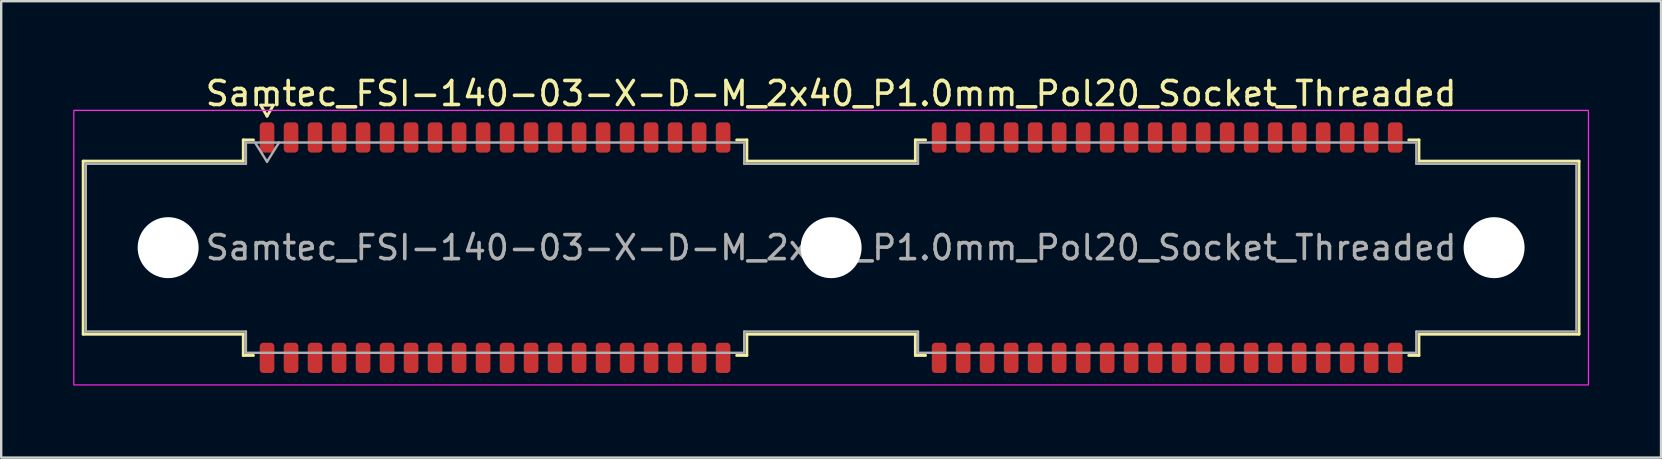
<source format=kicad_pcb>
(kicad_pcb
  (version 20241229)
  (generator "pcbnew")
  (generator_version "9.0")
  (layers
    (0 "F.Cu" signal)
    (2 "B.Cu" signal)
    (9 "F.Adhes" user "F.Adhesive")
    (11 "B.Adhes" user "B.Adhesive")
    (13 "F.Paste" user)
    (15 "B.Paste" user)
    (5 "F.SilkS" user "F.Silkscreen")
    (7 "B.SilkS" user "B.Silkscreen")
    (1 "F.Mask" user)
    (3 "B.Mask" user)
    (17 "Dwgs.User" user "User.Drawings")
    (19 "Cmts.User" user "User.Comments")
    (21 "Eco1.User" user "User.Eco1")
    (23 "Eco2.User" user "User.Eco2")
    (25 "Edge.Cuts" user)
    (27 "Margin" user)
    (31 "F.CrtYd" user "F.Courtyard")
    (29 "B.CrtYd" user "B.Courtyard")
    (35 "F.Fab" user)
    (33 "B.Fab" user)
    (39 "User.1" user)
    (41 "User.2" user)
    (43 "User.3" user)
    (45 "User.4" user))
  (footprint "Samtec_FSI-140-03-X-D-M_2x40_P1.0mm_Pol20_Socket_Threaded"
    (layer "F.Cu")
    (at 31.575 7.268)
    (property "Reference" "Samtec_FSI-140-03-X-D-M_2x40_P1.0mm_Pol20_Socket_Threaded" (at 0 -6.42 0) (layer "F.SilkS") (effects (font (size 1 1) (thickness 0.15))))
    (attr smd)
    (fp_line (start -31.16 -3.605) (end -24.49 -3.605) (stroke (width 0.12) (type solid)) (layer "F.SilkS"))
    (fp_line (start -31.16 3.605) (end -31.16 -3.605) (stroke (width 0.12) (type solid)) (layer "F.SilkS"))
    (fp_line (start -24.49 -4.49) (end -24.065 -4.49) (stroke (width 0.12) (type solid)) (layer "F.SilkS"))
    (fp_line (start -24.49 -3.605) (end -24.49 -4.49) (stroke (width 0.12) (type solid)) (layer "F.SilkS"))
    (fp_line (start -24.49 3.605) (end -31.16 3.605) (stroke (width 0.12) (type solid)) (layer "F.SilkS"))
    (fp_line (start -24.49 4.49) (end -24.49 3.605) (stroke (width 0.12) (type solid)) (layer "F.SilkS"))
    (fp_line (start -24.065 4.49) (end -24.49 4.49) (stroke (width 0.12) (type solid)) (layer "F.SilkS"))
    (fp_line (start -23.764 -5.938) (end -23.5 -5.48) (stroke (width 0.12) (type solid)) (layer "F.SilkS"))
    (fp_line (start -23.5 -5.48) (end -23.236 -5.938) (stroke (width 0.12) (type solid)) (layer "F.SilkS"))
    (fp_line (start -23.236 -5.938) (end -23.764 -5.938) (stroke (width 0.12) (type solid)) (layer "F.SilkS"))
    (fp_line (start -3.935 -4.49) (end -3.51 -4.49) (stroke (width 0.12) (type solid)) (layer "F.SilkS"))
    (fp_line (start -3.51 -4.49) (end -3.51 -3.605) (stroke (width 0.12) (type solid)) (layer "F.SilkS"))
    (fp_line (start -3.51 -3.605) (end 3.51 -3.605) (stroke (width 0.12) (type solid)) (layer "F.SilkS"))
    (fp_line (start -3.51 3.605) (end -3.51 4.49) (stroke (width 0.12) (type solid)) (layer "F.SilkS"))
    (fp_line (start -3.51 4.49) (end -3.935 4.49) (stroke (width 0.12) (type solid)) (layer "F.SilkS"))
    (fp_line (start 3.51 -4.49) (end 3.935 -4.49) (stroke (width 0.12) (type solid)) (layer "F.SilkS"))
    (fp_line (start 3.51 -3.605) (end 3.51 -4.49) (stroke (width 0.12) (type solid)) (layer "F.SilkS"))
    (fp_line (start 3.51 3.605) (end -3.51 3.605) (stroke (width 0.12) (type solid)) (layer "F.SilkS"))
    (fp_line (start 3.51 4.49) (end 3.51 3.605) (stroke (width 0.12) (type solid)) (layer "F.SilkS"))
    (fp_line (start 3.935 4.49) (end 3.51 4.49) (stroke (width 0.12) (type solid)) (layer "F.SilkS"))
    (fp_line (start 24.065 -4.49) (end 24.49 -4.49) (stroke (width 0.12) (type solid)) (layer "F.SilkS"))
    (fp_line (start 24.49 -4.49) (end 24.49 -3.605) (stroke (width 0.12) (type solid)) (layer "F.SilkS"))
    (fp_line (start 24.49 -3.605) (end 31.16 -3.605) (stroke (width 0.12) (type solid)) (layer "F.SilkS"))
    (fp_line (start 24.49 3.605) (end 24.49 4.49) (stroke (width 0.12) (type solid)) (layer "F.SilkS"))
    (fp_line (start 24.49 4.49) (end 24.065 4.49) (stroke (width 0.12) (type solid)) (layer "F.SilkS"))
    (fp_line (start 31.16 -3.605) (end 31.16 3.605) (stroke (width 0.12) (type solid)) (layer "F.SilkS"))
    (fp_line (start 31.16 3.605) (end 24.49 3.605) (stroke (width 0.12) (type solid)) (layer "F.SilkS"))
    (fp_rect (start -31.55 -5.72) (end 31.55 5.72) (stroke (width 0.05) (type solid)) (fill no) (layer "F.CrtYd"))
    (fp_line (start -31.05 -3.495) (end -24.38 -3.495) (stroke (width 0.1) (type solid)) (layer "F.Fab"))
    (fp_line (start -31.05 3.495) (end -31.05 -3.495) (stroke (width 0.1) (type solid)) (layer "F.Fab"))
    (fp_line (start -24.38 -4.38) (end -3.62 -4.38) (stroke (width 0.1) (type solid)) (layer "F.Fab"))
    (fp_line (start -24.38 -3.495) (end -24.38 -4.38) (stroke (width 0.1) (type solid)) (layer "F.Fab"))
    (fp_line (start -24.38 3.495) (end -31.05 3.495) (stroke (width 0.1) (type solid)) (layer "F.Fab"))
    (fp_line (start -24.38 4.38) (end -24.38 3.495) (stroke (width 0.1) (type solid)) (layer "F.Fab"))
    (fp_line (start -24 -4.38) (end -23.5 -3.58) (stroke (width 0.1) (type solid)) (layer "F.Fab"))
    (fp_line (start -23.5 -3.58) (end -23 -4.38) (stroke (width 0.1) (type solid)) (layer "F.Fab"))
    (fp_line (start -3.62 -4.38) (end -3.62 -3.495) (stroke (width 0.1) (type solid)) (layer "F.Fab"))
    (fp_line (start -3.62 -3.495) (end 3.62 -3.495) (stroke (width 0.1) (type solid)) (layer "F.Fab"))
    (fp_line (start -3.62 3.495) (end -3.62 4.38) (stroke (width 0.1) (type solid)) (layer "F.Fab"))
    (fp_line (start -3.62 4.38) (end -24.38 4.38) (stroke (width 0.1) (type solid)) (layer "F.Fab"))
    (fp_line (start 3.62 -4.38) (end 24.38 -4.38) (stroke (width 0.1) (type solid)) (layer "F.Fab"))
    (fp_line (start 3.62 -3.495) (end 3.62 -4.38) (stroke (width 0.1) (type solid)) (layer "F.Fab"))
    (fp_line (start 3.62 3.495) (end -3.62 3.495) (stroke (width 0.1) (type solid)) (layer "F.Fab"))
    (fp_line (start 3.62 4.38) (end 3.62 3.495) (stroke (width 0.1) (type solid)) (layer "F.Fab"))
    (fp_line (start 24.38 -4.38) (end 24.38 -3.495) (stroke (width 0.1) (type solid)) (layer "F.Fab"))
    (fp_line (start 24.38 -3.495) (end 31.05 -3.495) (stroke (width 0.1) (type solid)) (layer "F.Fab"))
    (fp_line (start 24.38 3.495) (end 24.38 4.38) (stroke (width 0.1) (type solid)) (layer "F.Fab"))
    (fp_line (start 24.38 4.38) (end 3.62 4.38) (stroke (width 0.1) (type solid)) (layer "F.Fab"))
    (fp_line (start 31.05 -3.495) (end 31.05 3.495) (stroke (width 0.1) (type solid)) (layer "F.Fab"))
    (fp_line (start 31.05 3.495) (end 24.38 3.495) (stroke (width 0.1) (type solid)) (layer "F.Fab"))
    (fp_text user "${REFERENCE}" (at 0 0 0) (layer "F.Fab") (effects (font (size 1 1) (thickness 0.15))))
    (pad "" np_thru_hole circle (at -27.62 0) (size 2.54 2.54) (drill 2.54) (layers "*.Cu" "*.Mask"))
    (pad "" np_thru_hole circle (at 0 0) (size 2.54 2.54) (drill 2.54) (layers "*.Cu" "*.Mask"))
    (pad "" np_thru_hole circle (at 27.62 0) (size 2.54 2.54) (drill 2.54) (layers "*.Cu" "*.Mask"))
    (pad "1" smd roundrect (at -23.5 -4.59) (size 0.61 1.26) (layers "F.Cu" "F.Mask" "F.Paste") (roundrect_rratio 0.25))
    (pad "2" smd roundrect (at -23.5 4.59) (size 0.61 1.26) (layers "F.Cu" "F.Mask" "F.Paste") (roundrect_rratio 0.25))
    (pad "3" smd roundrect (at -22.5 -4.59) (size 0.61 1.26) (layers "F.Cu" "F.Mask" "F.Paste") (roundrect_rratio 0.25))
    (pad "4" smd roundrect (at -22.5 4.59) (size 0.61 1.26) (layers "F.Cu" "F.Mask" "F.Paste") (roundrect_rratio 0.25))
    (pad "5" smd roundrect (at -21.5 -4.59) (size 0.61 1.26) (layers "F.Cu" "F.Mask" "F.Paste") (roundrect_rratio 0.25))
    (pad "6" smd roundrect (at -21.5 4.59) (size 0.61 1.26) (layers "F.Cu" "F.Mask" "F.Paste") (roundrect_rratio 0.25))
    (pad "7" smd roundrect (at -20.5 -4.59) (size 0.61 1.26) (layers "F.Cu" "F.Mask" "F.Paste") (roundrect_rratio 0.25))
    (pad "8" smd roundrect (at -20.5 4.59) (size 0.61 1.26) (layers "F.Cu" "F.Mask" "F.Paste") (roundrect_rratio 0.25))
    (pad "9" smd roundrect (at -19.5 -4.59) (size 0.61 1.26) (layers "F.Cu" "F.Mask" "F.Paste") (roundrect_rratio 0.25))
    (pad "10" smd roundrect (at -19.5 4.59) (size 0.61 1.26) (layers "F.Cu" "F.Mask" "F.Paste") (roundrect_rratio 0.25))
    (pad "11" smd roundrect (at -18.5 -4.59) (size 0.61 1.26) (layers "F.Cu" "F.Mask" "F.Paste") (roundrect_rratio 0.25))
    (pad "12" smd roundrect (at -18.5 4.59) (size 0.61 1.26) (layers "F.Cu" "F.Mask" "F.Paste") (roundrect_rratio 0.25))
    (pad "13" smd roundrect (at -17.5 -4.59) (size 0.61 1.26) (layers "F.Cu" "F.Mask" "F.Paste") (roundrect_rratio 0.25))
    (pad "14" smd roundrect (at -17.5 4.59) (size 0.61 1.26) (layers "F.Cu" "F.Mask" "F.Paste") (roundrect_rratio 0.25))
    (pad "15" smd roundrect (at -16.5 -4.59) (size 0.61 1.26) (layers "F.Cu" "F.Mask" "F.Paste") (roundrect_rratio 0.25))
    (pad "16" smd roundrect (at -16.5 4.59) (size 0.61 1.26) (layers "F.Cu" "F.Mask" "F.Paste") (roundrect_rratio 0.25))
    (pad "17" smd roundrect (at -15.5 -4.59) (size 0.61 1.26) (layers "F.Cu" "F.Mask" "F.Paste") (roundrect_rratio 0.25))
    (pad "18" smd roundrect (at -15.5 4.59) (size 0.61 1.26) (layers "F.Cu" "F.Mask" "F.Paste") (roundrect_rratio 0.25))
    (pad "19" smd roundrect (at -14.5 -4.59) (size 0.61 1.26) (layers "F.Cu" "F.Mask" "F.Paste") (roundrect_rratio 0.25))
    (pad "20" smd roundrect (at -14.5 4.59) (size 0.61 1.26) (layers "F.Cu" "F.Mask" "F.Paste") (roundrect_rratio 0.25))
    (pad "21" smd roundrect (at -13.5 -4.59) (size 0.61 1.26) (layers "F.Cu" "F.Mask" "F.Paste") (roundrect_rratio 0.25))
    (pad "22" smd roundrect (at -13.5 4.59) (size 0.61 1.26) (layers "F.Cu" "F.Mask" "F.Paste") (roundrect_rratio 0.25))
    (pad "23" smd roundrect (at -12.5 -4.59) (size 0.61 1.26) (layers "F.Cu" "F.Mask" "F.Paste") (roundrect_rratio 0.25))
    (pad "24" smd roundrect (at -12.5 4.59) (size 0.61 1.26) (layers "F.Cu" "F.Mask" "F.Paste") (roundrect_rratio 0.25))
    (pad "25" smd roundrect (at -11.5 -4.59) (size 0.61 1.26) (layers "F.Cu" "F.Mask" "F.Paste") (roundrect_rratio 0.25))
    (pad "26" smd roundrect (at -11.5 4.59) (size 0.61 1.26) (layers "F.Cu" "F.Mask" "F.Paste") (roundrect_rratio 0.25))
    (pad "27" smd roundrect (at -10.5 -4.59) (size 0.61 1.26) (layers "F.Cu" "F.Mask" "F.Paste") (roundrect_rratio 0.25))
    (pad "28" smd roundrect (at -10.5 4.59) (size 0.61 1.26) (layers "F.Cu" "F.Mask" "F.Paste") (roundrect_rratio 0.25))
    (pad "29" smd roundrect (at -9.5 -4.59) (size 0.61 1.26) (layers "F.Cu" "F.Mask" "F.Paste") (roundrect_rratio 0.25))
    (pad "30" smd roundrect (at -9.5 4.59) (size 0.61 1.26) (layers "F.Cu" "F.Mask" "F.Paste") (roundrect_rratio 0.25))
    (pad "31" smd roundrect (at -8.5 -4.59) (size 0.61 1.26) (layers "F.Cu" "F.Mask" "F.Paste") (roundrect_rratio 0.25))
    (pad "32" smd roundrect (at -8.5 4.59) (size 0.61 1.26) (layers "F.Cu" "F.Mask" "F.Paste") (roundrect_rratio 0.25))
    (pad "33" smd roundrect (at -7.5 -4.59) (size 0.61 1.26) (layers "F.Cu" "F.Mask" "F.Paste") (roundrect_rratio 0.25))
    (pad "34" smd roundrect (at -7.5 4.59) (size 0.61 1.26) (layers "F.Cu" "F.Mask" "F.Paste") (roundrect_rratio 0.25))
    (pad "35" smd roundrect (at -6.5 -4.59) (size 0.61 1.26) (layers "F.Cu" "F.Mask" "F.Paste") (roundrect_rratio 0.25))
    (pad "36" smd roundrect (at -6.5 4.59) (size 0.61 1.26) (layers "F.Cu" "F.Mask" "F.Paste") (roundrect_rratio 0.25))
    (pad "37" smd roundrect (at -5.5 -4.59) (size 0.61 1.26) (layers "F.Cu" "F.Mask" "F.Paste") (roundrect_rratio 0.25))
    (pad "38" smd roundrect (at -5.5 4.59) (size 0.61 1.26) (layers "F.Cu" "F.Mask" "F.Paste") (roundrect_rratio 0.25))
    (pad "39" smd roundrect (at -4.5 -4.59) (size 0.61 1.26) (layers "F.Cu" "F.Mask" "F.Paste") (roundrect_rratio 0.25))
    (pad "40" smd roundrect (at -4.5 4.59) (size 0.61 1.26) (layers "F.Cu" "F.Mask" "F.Paste") (roundrect_rratio 0.25))
    (pad "41" smd roundrect (at 4.5 -4.59) (size 0.61 1.26) (layers "F.Cu" "F.Mask" "F.Paste") (roundrect_rratio 0.25))
    (pad "42" smd roundrect (at 4.5 4.59) (size 0.61 1.26) (layers "F.Cu" "F.Mask" "F.Paste") (roundrect_rratio 0.25))
    (pad "43" smd roundrect (at 5.5 -4.59) (size 0.61 1.26) (layers "F.Cu" "F.Mask" "F.Paste") (roundrect_rratio 0.25))
    (pad "44" smd roundrect (at 5.5 4.59) (size 0.61 1.26) (layers "F.Cu" "F.Mask" "F.Paste") (roundrect_rratio 0.25))
    (pad "45" smd roundrect (at 6.5 -4.59) (size 0.61 1.26) (layers "F.Cu" "F.Mask" "F.Paste") (roundrect_rratio 0.25))
    (pad "46" smd roundrect (at 6.5 4.59) (size 0.61 1.26) (layers "F.Cu" "F.Mask" "F.Paste") (roundrect_rratio 0.25))
    (pad "47" smd roundrect (at 7.5 -4.59) (size 0.61 1.26) (layers "F.Cu" "F.Mask" "F.Paste") (roundrect_rratio 0.25))
    (pad "48" smd roundrect (at 7.5 4.59) (size 0.61 1.26) (layers "F.Cu" "F.Mask" "F.Paste") (roundrect_rratio 0.25))
    (pad "49" smd roundrect (at 8.5 -4.59) (size 0.61 1.26) (layers "F.Cu" "F.Mask" "F.Paste") (roundrect_rratio 0.25))
    (pad "50" smd roundrect (at 8.5 4.59) (size 0.61 1.26) (layers "F.Cu" "F.Mask" "F.Paste") (roundrect_rratio 0.25))
    (pad "51" smd roundrect (at 9.5 -4.59) (size 0.61 1.26) (layers "F.Cu" "F.Mask" "F.Paste") (roundrect_rratio 0.25))
    (pad "52" smd roundrect (at 9.5 4.59) (size 0.61 1.26) (layers "F.Cu" "F.Mask" "F.Paste") (roundrect_rratio 0.25))
    (pad "53" smd roundrect (at 10.5 -4.59) (size 0.61 1.26) (layers "F.Cu" "F.Mask" "F.Paste") (roundrect_rratio 0.25))
    (pad "54" smd roundrect (at 10.5 4.59) (size 0.61 1.26) (layers "F.Cu" "F.Mask" "F.Paste") (roundrect_rratio 0.25))
    (pad "55" smd roundrect (at 11.5 -4.59) (size 0.61 1.26) (layers "F.Cu" "F.Mask" "F.Paste") (roundrect_rratio 0.25))
    (pad "56" smd roundrect (at 11.5 4.59) (size 0.61 1.26) (layers "F.Cu" "F.Mask" "F.Paste") (roundrect_rratio 0.25))
    (pad "57" smd roundrect (at 12.5 -4.59) (size 0.61 1.26) (layers "F.Cu" "F.Mask" "F.Paste") (roundrect_rratio 0.25))
    (pad "58" smd roundrect (at 12.5 4.59) (size 0.61 1.26) (layers "F.Cu" "F.Mask" "F.Paste") (roundrect_rratio 0.25))
    (pad "59" smd roundrect (at 13.5 -4.59) (size 0.61 1.26) (layers "F.Cu" "F.Mask" "F.Paste") (roundrect_rratio 0.25))
    (pad "60" smd roundrect (at 13.5 4.59) (size 0.61 1.26) (layers "F.Cu" "F.Mask" "F.Paste") (roundrect_rratio 0.25))
    (pad "61" smd roundrect (at 14.5 -4.59) (size 0.61 1.26) (layers "F.Cu" "F.Mask" "F.Paste") (roundrect_rratio 0.25))
    (pad "62" smd roundrect (at 14.5 4.59) (size 0.61 1.26) (layers "F.Cu" "F.Mask" "F.Paste") (roundrect_rratio 0.25))
    (pad "63" smd roundrect (at 15.5 -4.59) (size 0.61 1.26) (layers "F.Cu" "F.Mask" "F.Paste") (roundrect_rratio 0.25))
    (pad "64" smd roundrect (at 15.5 4.59) (size 0.61 1.26) (layers "F.Cu" "F.Mask" "F.Paste") (roundrect_rratio 0.25))
    (pad "65" smd roundrect (at 16.5 -4.59) (size 0.61 1.26) (layers "F.Cu" "F.Mask" "F.Paste") (roundrect_rratio 0.25))
    (pad "66" smd roundrect (at 16.5 4.59) (size 0.61 1.26) (layers "F.Cu" "F.Mask" "F.Paste") (roundrect_rratio 0.25))
    (pad "67" smd roundrect (at 17.5 -4.59) (size 0.61 1.26) (layers "F.Cu" "F.Mask" "F.Paste") (roundrect_rratio 0.25))
    (pad "68" smd roundrect (at 17.5 4.59) (size 0.61 1.26) (layers "F.Cu" "F.Mask" "F.Paste") (roundrect_rratio 0.25))
    (pad "69" smd roundrect (at 18.5 -4.59) (size 0.61 1.26) (layers "F.Cu" "F.Mask" "F.Paste") (roundrect_rratio 0.25))
    (pad "70" smd roundrect (at 18.5 4.59) (size 0.61 1.26) (layers "F.Cu" "F.Mask" "F.Paste") (roundrect_rratio 0.25))
    (pad "71" smd roundrect (at 19.5 -4.59) (size 0.61 1.26) (layers "F.Cu" "F.Mask" "F.Paste") (roundrect_rratio 0.25))
    (pad "72" smd roundrect (at 19.5 4.59) (size 0.61 1.26) (layers "F.Cu" "F.Mask" "F.Paste") (roundrect_rratio 0.25))
    (pad "73" smd roundrect (at 20.5 -4.59) (size 0.61 1.26) (layers "F.Cu" "F.Mask" "F.Paste") (roundrect_rratio 0.25))
    (pad "74" smd roundrect (at 20.5 4.59) (size 0.61 1.26) (layers "F.Cu" "F.Mask" "F.Paste") (roundrect_rratio 0.25))
    (pad "75" smd roundrect (at 21.5 -4.59) (size 0.61 1.26) (layers "F.Cu" "F.Mask" "F.Paste") (roundrect_rratio 0.25))
    (pad "76" smd roundrect (at 21.5 4.59) (size 0.61 1.26) (layers "F.Cu" "F.Mask" "F.Paste") (roundrect_rratio 0.25))
    (pad "77" smd roundrect (at 22.5 -4.59) (size 0.61 1.26) (layers "F.Cu" "F.Mask" "F.Paste") (roundrect_rratio 0.25))
    (pad "78" smd roundrect (at 22.5 4.59) (size 0.61 1.26) (layers "F.Cu" "F.Mask" "F.Paste") (roundrect_rratio 0.25))
    (pad "79" smd roundrect (at 23.5 -4.59) (size 0.61 1.26) (layers "F.Cu" "F.Mask" "F.Paste") (roundrect_rratio 0.25))
    (pad "80" smd roundrect (at 23.5 4.59) (size 0.61 1.26) (layers "F.Cu" "F.Mask" "F.Paste") (roundrect_rratio 0.25)))
  (gr_rect
    (start -3 -3)
    (end 66.15 16.013)
    (stroke (width 0.1) (type default))
    (fill no)
    (layer "Edge.Cuts")))
</source>
